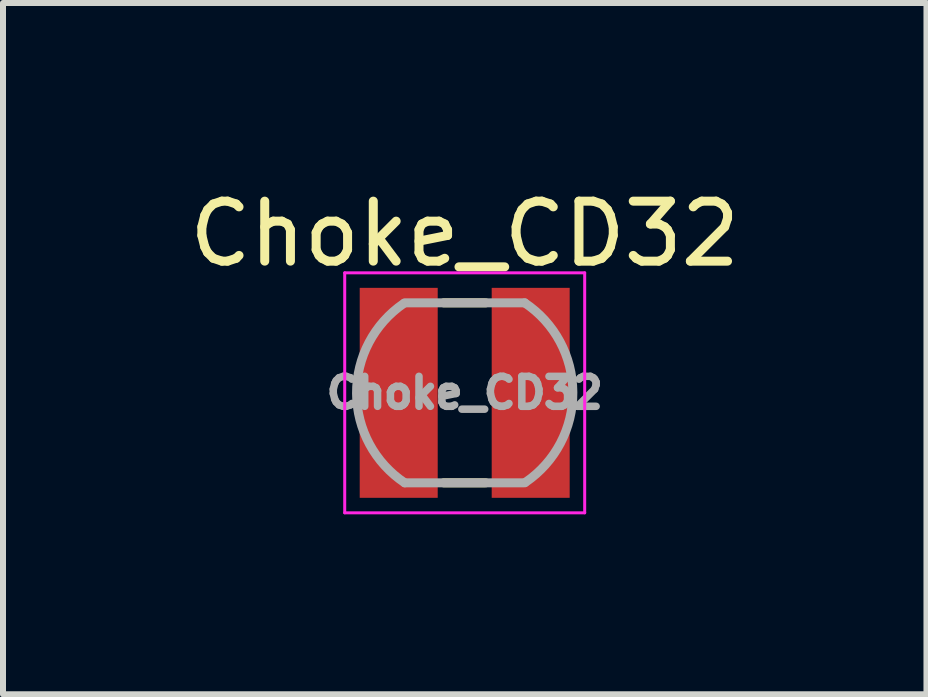
<source format=kicad_pcb>
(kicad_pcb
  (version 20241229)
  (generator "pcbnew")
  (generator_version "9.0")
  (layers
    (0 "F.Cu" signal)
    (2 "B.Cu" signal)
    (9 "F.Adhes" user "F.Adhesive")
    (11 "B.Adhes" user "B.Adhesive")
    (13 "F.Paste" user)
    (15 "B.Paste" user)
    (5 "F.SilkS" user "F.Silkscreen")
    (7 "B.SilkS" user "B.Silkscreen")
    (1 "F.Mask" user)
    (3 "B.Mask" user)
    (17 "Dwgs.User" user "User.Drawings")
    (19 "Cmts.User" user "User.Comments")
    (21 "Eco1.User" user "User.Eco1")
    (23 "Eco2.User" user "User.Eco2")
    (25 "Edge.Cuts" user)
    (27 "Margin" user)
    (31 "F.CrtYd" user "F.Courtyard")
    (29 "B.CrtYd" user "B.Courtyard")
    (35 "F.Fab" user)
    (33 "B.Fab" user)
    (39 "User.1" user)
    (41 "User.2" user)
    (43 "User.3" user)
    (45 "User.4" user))
  (footprint "Choke_CD32"
    (layer "F.Cu")
    (at 4.696 3.498)
    (property "Reference" "Choke_CD32" (at 0 -2.65 180) (layer "F.SilkS") (effects (font (size 1 1) (thickness 0.15))))
    (attr smd)
    (fp_line (start -0.35 -1.5) (end 0.35 -1.5) (stroke (width 0.15) (type solid)) (layer "F.SilkS"))
    (fp_line (start -0.35 1.5) (end 0.35 1.5) (stroke (width 0.15) (type solid)) (layer "F.SilkS"))
    (fp_line (start -2 -2) (end 2 -2) (stroke (width 0.05) (type solid)) (layer "F.CrtYd"))
    (fp_line (start -2 2) (end -2 -2) (stroke (width 0.05) (type solid)) (layer "F.CrtYd"))
    (fp_line (start 2 -2) (end 2 2) (stroke (width 0.05) (type solid)) (layer "F.CrtYd"))
    (fp_line (start 2 2) (end -2 2) (stroke (width 0.05) (type solid)) (layer "F.CrtYd"))
    (fp_line (start -1 1.5) (end 1 1.5) (stroke (width 0.15) (type solid)) (layer "F.Fab"))
    (fp_line (start 1 -1.5) (end -1 -1.5) (stroke (width 0.15) (type solid)) (layer "F.Fab"))
    (fp_arc (start -1 1.5) (mid -1.802749 0.009752) (end -1.016169 -1.489094) (stroke (width 0.15) (type solid)) (layer "F.Fab"))
    (fp_arc (start 1 -1.5) (mid 1.802749 -0.009752) (end 1.016169 1.489094) (stroke (width 0.15) (type solid)) (layer "F.Fab"))
    (fp_text user "${REFERENCE}" (at 0 0 0) (layer "F.Fab") (effects (font (size 0.5 0.5) (thickness 0.125))))
    (pad "1" smd rect (at -1.1 0 90) (size 3.5 1.3) (layers "F.Cu" "F.Mask" "F.Paste"))
    (pad "2" smd rect (at 1.1 0 90) (size 3.5 1.3) (layers "F.Cu" "F.Mask" "F.Paste")))
  (gr_rect
    (start -3 -3)
    (end 12.393 8.523)
    (stroke (width 0.1) (type default))
    (fill no)
    (layer "Edge.Cuts")))
</source>
